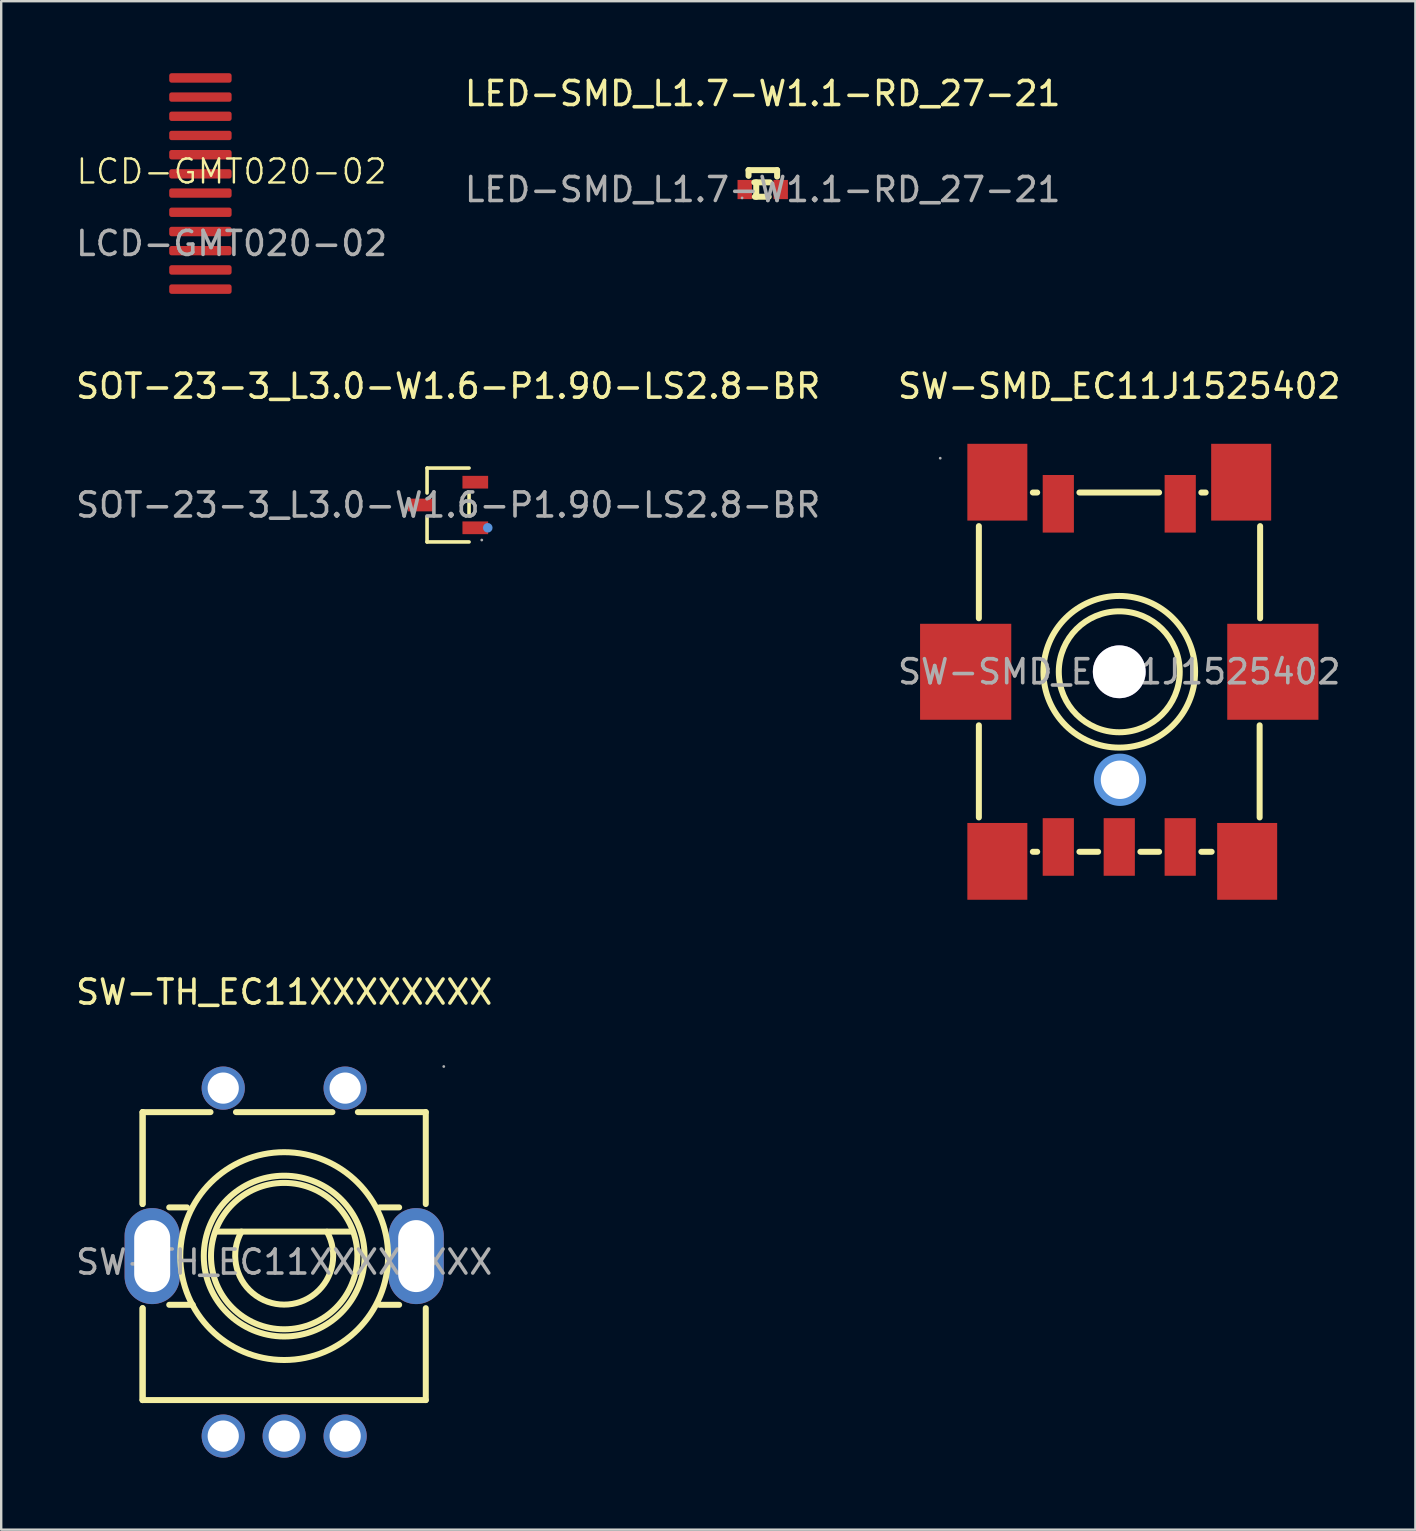
<source format=kicad_pcb>
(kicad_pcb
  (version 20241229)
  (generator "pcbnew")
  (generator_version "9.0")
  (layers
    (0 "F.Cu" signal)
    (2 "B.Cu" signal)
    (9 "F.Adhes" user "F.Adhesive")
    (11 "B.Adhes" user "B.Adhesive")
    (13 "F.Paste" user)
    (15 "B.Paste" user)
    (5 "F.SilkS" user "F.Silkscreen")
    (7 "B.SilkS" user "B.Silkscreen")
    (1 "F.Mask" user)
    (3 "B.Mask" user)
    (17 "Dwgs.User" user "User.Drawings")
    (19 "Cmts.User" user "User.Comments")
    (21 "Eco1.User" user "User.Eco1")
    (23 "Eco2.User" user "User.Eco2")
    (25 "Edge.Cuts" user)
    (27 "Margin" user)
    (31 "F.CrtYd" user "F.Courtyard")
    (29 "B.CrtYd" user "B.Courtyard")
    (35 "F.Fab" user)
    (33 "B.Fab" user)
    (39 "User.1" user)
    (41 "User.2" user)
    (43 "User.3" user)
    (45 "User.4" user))
  (footprint "SW-SMD_EC11J1525402"
    (layer "F.Cu")
    (at 43.589 24.943)
    (property "Reference" "SW-SMD_EC11J1525402" (at 0 -11.9 0) (layer "F.SilkS") (effects (font (size 1 1) (thickness 0.15))))
    (attr smd)
    (fp_line (start -5.85 -6.07) (end -5.85 -2.23) (stroke (width 0.25) (type solid)) (layer "F.SilkS"))
    (fp_line (start -5.85 2.23) (end -5.85 6.07) (stroke (width 0.25) (type solid)) (layer "F.SilkS"))
    (fp_line (start -3.6 -7.47) (end -3.42 -7.47) (stroke (width 0.25) (type solid)) (layer "F.SilkS"))
    (fp_line (start -3.42 7.5) (end -3.6 7.5) (stroke (width 0.25) (type solid)) (layer "F.SilkS"))
    (fp_line (start -1.66 -7.47) (end 1.66 -7.47) (stroke (width 0.25) (type solid)) (layer "F.SilkS"))
    (fp_line (start -0.88 7.5) (end -1.66 7.5) (stroke (width 0.25) (type solid)) (layer "F.SilkS"))
    (fp_line (start 1.66 7.5) (end 0.88 7.5) (stroke (width 0.25) (type solid)) (layer "F.SilkS"))
    (fp_line (start 3.42 -7.47) (end 3.6 -7.47) (stroke (width 0.25) (type solid)) (layer "F.SilkS"))
    (fp_line (start 3.85 7.5) (end 3.42 7.5) (stroke (width 0.25) (type solid)) (layer "F.SilkS"))
    (fp_line (start 5.85 2.23) (end 5.85 6.07) (stroke (width 0.25) (type solid)) (layer "F.SilkS"))
    (fp_line (start 5.87 -6.07) (end 5.87 -2.23) (stroke (width 0.25) (type solid)) (layer "F.SilkS"))
    (fp_circle (center 0 0) (end 2.52 0) (stroke (width 0.25) (type solid)) (fill no) (layer "F.SilkS"))
    (fp_circle (center 0 0) (end 3.16 0) (stroke (width 0.25) (type solid)) (fill no) (layer "F.SilkS"))
    (fp_circle (center 0 0) (end 0.5 0) (stroke (width 1) (type solid)) (fill no) (layer "Cmts.User"))
    (fp_circle (center 0.03 4.5) (end 0.39 4.5) (stroke (width 0.73) (type solid)) (fill no) (layer "Cmts.User"))
    (fp_circle (center -7.46 -8.9) (end -7.43 -8.9) (stroke (width 0.06) (type solid)) (fill no) (layer "F.Fab"))
    (fp_text user "${REFERENCE}" (at 0 0 0) (layer "F.Fab") (effects (font (size 1 1) (thickness 0.15))))
    (pad "" thru_hole circle (at 0 0) (size 2.2 2.2) (drill 2.2) (layers "*.Cu" "*.Mask"))
    (pad "" thru_hole circle (at 0.03 4.5) (size 1.6 1.6) (drill 1.6) (layers "*.Cu" "*.Mask"))
    (pad "6" smd rect (at -5.08 -7.9) (size 2.5 3.2) (layers "F.Cu" "F.Mask" "F.Paste"))
    (pad "7" smd rect (at -5.08 7.9) (size 2.5 3.2) (layers "F.Cu" "F.Mask" "F.Paste"))
    (pad "8" smd rect (at 5.33 7.9) (size 2.5 3.2) (layers "F.Cu" "F.Mask" "F.Paste"))
    (pad "9" smd rect (at 5.08 -7.9) (size 2.5 3.2) (layers "F.Cu" "F.Mask" "F.Paste"))
    (pad "10" smd rect (at -6.4 0) (size 3.8 4) (layers "F.Cu" "F.Mask" "F.Paste"))
    (pad "11" smd rect (at 6.4 0) (size 3.8 4) (layers "F.Cu" "F.Mask" "F.Paste"))
    (pad "A" smd rect (at -2.54 7.3) (size 1.3 2.4) (layers "F.Cu" "F.Mask" "F.Paste"))
    (pad "B" smd rect (at 2.54 7.3) (size 1.3 2.4) (layers "F.Cu" "F.Mask" "F.Paste"))
    (pad "C" smd rect (at 0 7.3) (size 1.3 2.4) (layers "F.Cu" "F.Mask" "F.Paste"))
    (pad "D" smd rect (at -2.54 -7) (size 1.3 2.4) (layers "F.Cu" "F.Mask" "F.Paste"))
    (pad "E" smd rect (at 2.54 -7) (size 1.3 2.4) (layers "F.Cu" "F.Mask" "F.Paste")))
  (footprint "SW-TH_EC11XXXXXXXX"
    (layer "F.Cu")
    (at 8.792 49.541)
    (property "Reference" "SW-TH_EC11XXXXXXXX" (at 0 -11.25 0) (layer "F.SilkS") (effects (font (size 1 1) (thickness 0.15))))
    (attr through_hole)
    (fp_line (start -5.9 -6.25) (end -5.9 -2.42) (stroke (width 0.25) (type solid)) (layer "F.SilkS"))
    (fp_line (start -5.9 -6.25) (end -5.9 -2.42) (stroke (width 0.25) (type solid)) (layer "F.SilkS"))
    (fp_line (start -5.9 -6.25) (end -3.07 -6.25) (stroke (width 0.25) (type solid)) (layer "F.SilkS"))
    (fp_line (start -5.9 1.92) (end -5.9 5.75) (stroke (width 0.25) (type solid)) (layer "F.SilkS"))
    (fp_line (start -5.9 1.92) (end -5.9 5.75) (stroke (width 0.25) (type solid)) (layer "F.SilkS"))
    (fp_line (start -4.79 1.78) (end -3.81 1.78) (stroke (width 0.25) (type solid)) (layer "F.SilkS"))
    (fp_line (start -4.05 -2.28) (end -4.79 -2.28) (stroke (width 0.25) (type solid)) (layer "F.SilkS"))
    (fp_line (start -2.79 -1.27) (end 2.79 -1.27) (stroke (width 0.25) (type solid)) (layer "F.SilkS"))
    (fp_line (start -2.01 -6.25) (end 2.01 -6.25) (stroke (width 0.25) (type solid)) (layer "F.SilkS"))
    (fp_line (start 3.07 -6.25) (end 5.9 -6.25) (stroke (width 0.25) (type solid)) (layer "F.SilkS"))
    (fp_line (start 4.79 -2.28) (end 3.98 -2.28) (stroke (width 0.25) (type solid)) (layer "F.SilkS"))
    (fp_line (start 4.79 1.78) (end 3.98 1.78) (stroke (width 0.25) (type solid)) (layer "F.SilkS"))
    (fp_line (start 5.9 -2.42) (end 5.9 -6.25) (stroke (width 0.25) (type solid)) (layer "F.SilkS"))
    (fp_line (start 5.9 5.75) (end -5.9 5.75) (stroke (width 0.25) (type solid)) (layer "F.SilkS"))
    (fp_line (start 5.9 5.75) (end 5.9 1.92) (stroke (width 0.25) (type solid)) (layer "F.SilkS"))
    (fp_arc (start 1.782861 -1.26489) (mid -0.002928 1.771664) (end -1.78 -1.27) (stroke (width 0.25) (type solid)) (layer "F.SilkS"))
    (fp_circle (center 0 -0.25) (end 3.05 -0.25) (stroke (width 0.25) (type solid)) (fill no) (layer "F.SilkS"))
    (fp_circle (center 0 -0.25) (end 3.35 -0.25) (stroke (width 0.25) (type solid)) (fill no) (layer "F.SilkS"))
    (fp_circle (center 0 -0.25) (end 4.33 -0.25) (stroke (width 0.25) (type solid)) (fill no) (layer "F.SilkS"))
    (fp_circle (center -2.54 -7.25) (end -2.26 -7.25) (stroke (width 0.55) (type solid)) (fill no) (layer "F.Fab"))
    (fp_circle (center -2.54 7.25) (end -2.26 7.25) (stroke (width 0.55) (type solid)) (fill no) (layer "F.Fab"))
    (fp_circle (center 0 7.25) (end 0.28 7.25) (stroke (width 0.55) (type solid)) (fill no) (layer "F.Fab"))
    (fp_circle (center 2.54 -7.25) (end 2.82 -7.25) (stroke (width 0.55) (type solid)) (fill no) (layer "F.Fab"))
    (fp_circle (center 2.54 7.25) (end 2.82 7.25) (stroke (width 0.55) (type solid)) (fill no) (layer "F.Fab"))
    (fp_circle (center 6.65 -8.15) (end 6.68 -8.15) (stroke (width 0.06) (type solid)) (fill no) (layer "F.Fab"))
    (fp_text user "${REFERENCE}" (at 0 0 0) (layer "F.Fab") (effects (font (size 1 1) (thickness 0.15))))
    (pad "6" thru_hole oval (at 5.5 -0.25 90) (size 4 2.3) (drill oval 3 1.5) (layers "*.Cu" "*.Mask"))
    (pad "7" thru_hole oval (at -5.5 -0.25 90) (size 4 2.3) (drill oval 3 1.5) (layers "*.Cu" "*.Mask"))
    (pad "A" thru_hole circle (at -2.54 7.25) (size 1.8 1.8) (drill 1.3) (layers "*.Cu" "*.Mask"))
    (pad "B" thru_hole circle (at 2.54 7.25) (size 1.8 1.8) (drill 1.3) (layers "*.Cu" "*.Mask"))
    (pad "C" thru_hole circle (at 0 7.25) (size 1.8 1.8) (drill 1.3) (layers "*.Cu" "*.Mask"))
    (pad "D" thru_hole circle (at -2.54 -7.25) (size 1.8 1.8) (drill 1.3) (layers "*.Cu" "*.Mask"))
    (pad "E" thru_hole circle (at 2.54 -7.25) (size 1.8 1.8) (drill 1.3) (layers "*.Cu" "*.Mask")))
  (footprint "LED-SMD_L1.7-W1.1-RD_27-21"
    (layer "F.Cu")
    (at 28.732 4.848)
    (property "Reference" "LED-SMD_L1.7-W1.1-RD_27-21" (at 0 -4 0) (layer "F.SilkS") (effects (font (size 1 1) (thickness 0.15))))
    (attr through_hole)
    (fp_line (start -0.59 -0.81) (end 0.6 -0.81) (stroke (width 0.25) (type solid)) (layer "F.SilkS"))
    (fp_line (start -0.59 -0.57) (end -0.59 -0.81) (stroke (width 0.25) (type solid)) (layer "F.SilkS"))
    (fp_line (start -0.35 -0.3) (end 0.3 -0.3) (stroke (width 0.25) (type solid)) (layer "F.SilkS"))
    (fp_line (start -0.27 0.3) (end -0.27 -0.3) (stroke (width 0.25) (type solid)) (layer "F.SilkS"))
    (fp_line (start 0.25 0.3) (end -0.33 0.3) (stroke (width 0.25) (type solid)) (layer "F.SilkS"))
    (fp_line (start 0.6 -0.81) (end 0.6 -0.54) (stroke (width 0.25) (type solid)) (layer "F.SilkS"))
    (fp_circle (center -0.86 0.35) (end -0.83 0.35) (stroke (width 0.06) (type solid)) (fill no) (layer "F.Fab"))
    (fp_text user "${REFERENCE}" (at 0 0 0) (layer "F.Fab") (effects (font (size 1 1) (thickness 0.15))))
    (pad "1" smd rect (at -0.75 0) (size 0.6 0.8) (layers "F.Cu" "F.Mask" "F.Paste"))
    (pad "2" smd rect (at 0.75 0) (size 0.6 0.8) (layers "F.Cu" "F.Mask" "F.Paste")))
  (footprint "SOT-23-3_L3.0-W1.6-P1.90-LS2.8-BR"
    (layer "F.Cu")
    (at 15.625 17.993)
    (property "Reference" "SOT-23-3_L3.0-W1.6-P1.90-LS2.8-BR" (at 0 -4.95 0) (layer "F.SilkS") (effects (font (size 1 1) (thickness 0.15))))
    (attr smd)
    (fp_line (start -0.88 -1.54) (end -0.88 -0.5) (stroke (width 0.15) (type solid)) (layer "F.SilkS"))
    (fp_line (start -0.88 1.54) (end -0.88 0.49) (stroke (width 0.15) (type solid)) (layer "F.SilkS"))
    (fp_line (start 0.87 -1.54) (end -0.88 -1.54) (stroke (width 0.15) (type solid)) (layer "F.SilkS"))
    (fp_line (start 0.87 -0.46) (end 0.87 0.45) (stroke (width 0.15) (type solid)) (layer "F.SilkS"))
    (fp_line (start 0.87 1.54) (end -0.88 1.54) (stroke (width 0.15) (type solid)) (layer "F.SilkS"))
    (fp_circle (center 1.65 0.95) (end 1.75 0.95) (stroke (width 0.2) (type solid)) (fill no) (layer "Cmts.User"))
    (fp_circle (center 1.4 1.46) (end 1.43 1.46) (stroke (width 0.06) (type solid)) (fill no) (layer "F.Fab"))
    (fp_text user "${REFERENCE}" (at 0 0 0) (layer "F.Fab") (effects (font (size 1 1) (thickness 0.15))))
    (pad "1" smd rect (at 1.13 0.95) (size 1.07 0.53) (layers "F.Cu" "F.Mask" "F.Paste"))
    (pad "2" smd rect (at 1.13 -0.95) (size 1.07 0.53) (layers "F.Cu" "F.Mask" "F.Paste"))
    (pad "3" smd rect (at -1.14 0) (size 1.07 0.53) (layers "F.Cu" "F.Mask" "F.Paste")))
  (footprint "LCD-GMT020-02"
    (layer "F.Cu")
    (at 6.601 4.595)
    (property "Reference" "LCD-GMT020-02" (at 0 -0.5 0) (unlocked yes) (layer "F.SilkS") (effects (font (size 1 1) (thickness 0.1))))
    (attr smd)
    (fp_text user "${REFERENCE}" (at 0 2.5 0) (unlocked yes) (layer "F.Fab") (effects (font (size 1 1) (thickness 0.15))))
    (pad "1" smd roundrect (at -1.3 -4.397) (size 2.6 0.395) (layers "F.Cu" "F.Mask" "F.Paste") (roundrect_rratio 0.25))
    (pad "2" smd roundrect (at -1.3 -3.6) (size 2.6 0.39) (layers "F.Cu" "F.Mask" "F.Paste") (roundrect_rratio 0.25))
    (pad "3" smd roundrect (at -1.3 -2.8) (size 2.6 0.39) (layers "F.Cu" "F.Mask" "F.Paste") (roundrect_rratio 0.25))
    (pad "4" smd roundrect (at -1.3 -2) (size 2.6 0.39) (layers "F.Cu" "F.Mask" "F.Paste") (roundrect_rratio 0.25))
    (pad "5" smd roundrect (at -1.3 -1.198) (size 2.6 0.395) (layers "F.Cu" "F.Mask" "F.Paste") (roundrect_rratio 0.25))
    (pad "6" smd roundrect (at -1.3 -0.4) (size 2.6 0.39) (layers "F.Cu" "F.Mask" "F.Paste") (roundrect_rratio 0.25))
    (pad "7" smd roundrect (at -1.3 0.4) (size 2.6 0.39) (layers "F.Cu" "F.Mask" "F.Paste") (roundrect_rratio 0.25))
    (pad "8" smd roundrect (at -1.3 1.2) (size 2.6 0.39) (layers "F.Cu" "F.Mask" "F.Paste") (roundrect_rratio 0.25))
    (pad "9" smd roundrect (at -1.3 2.002) (size 2.6 0.395) (layers "F.Cu" "F.Mask" "F.Paste") (roundrect_rratio 0.25))
    (pad "10" smd roundrect (at -1.3 2.8) (size 2.6 0.39) (layers "F.Cu" "F.Mask" "F.Paste") (roundrect_rratio 0.25))
    (pad "11" smd roundrect (at -1.3 3.603) (size 2.6 0.395) (layers "F.Cu" "F.Mask" "F.Paste") (roundrect_rratio 0.25))
    (pad "12" smd roundrect (at -1.3 4.402) (size 2.6 0.395) (layers "F.Cu" "F.Mask" "F.Paste") (roundrect_rratio 0.25)))
  (gr_rect
    (start -3 -3)
    (end 55.929 60.691)
    (stroke (width 0.1) (type default))
    (fill no)
    (layer "Edge.Cuts")))
</source>
